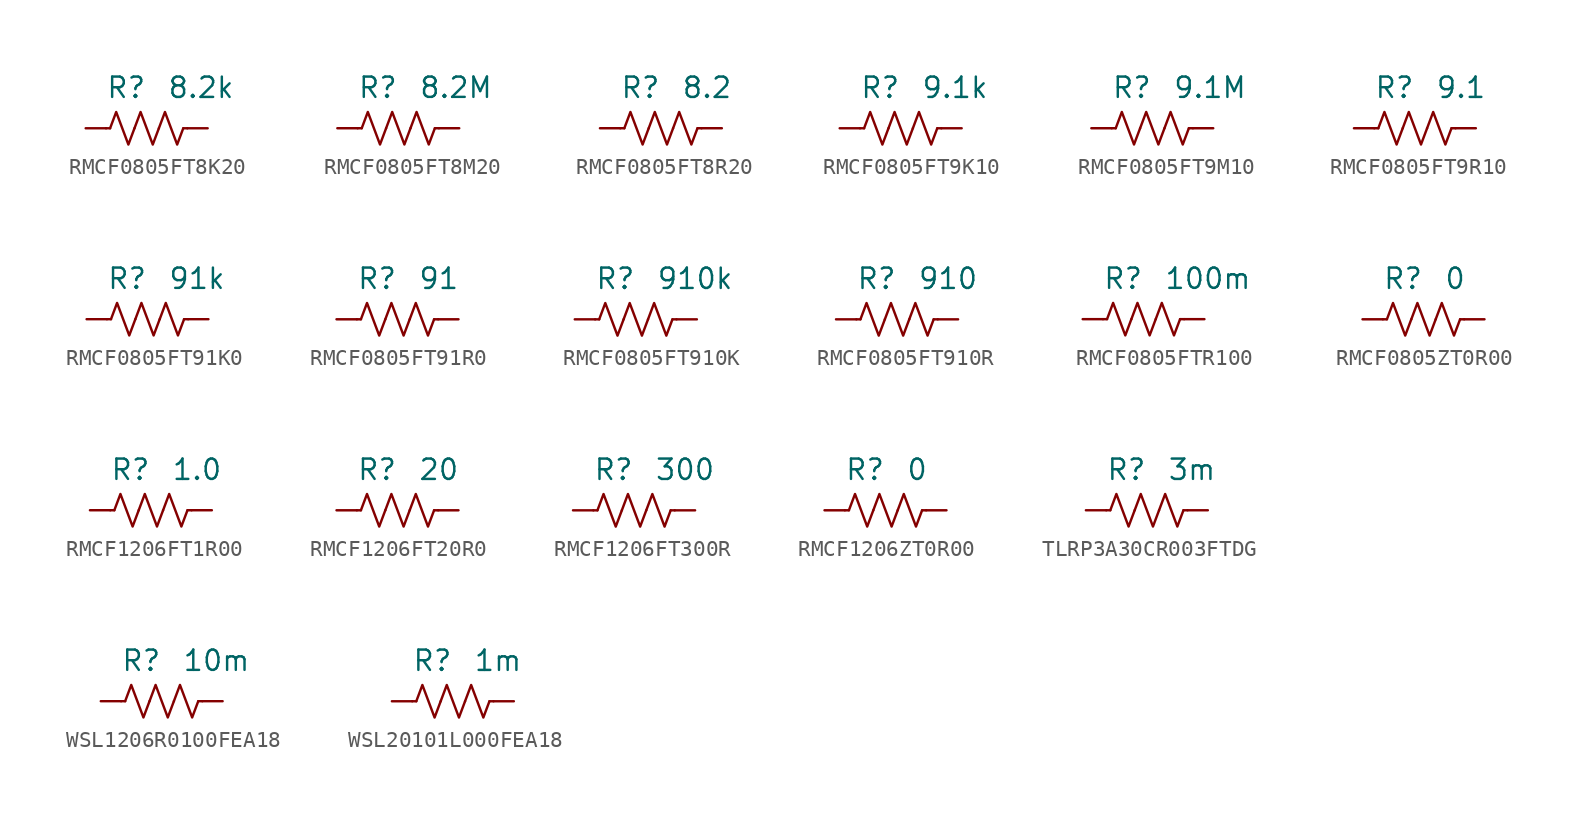
<source format=kicad_sym>
(kicad_symbol_lib
  (version 20241209)
  (generator "kicad_symbol_editor")
  (generator_version "9.0")
  (symbol "RMCF0805FT8K20"
    (pin_numbers
      (hide yes))
    (property "Reference" "R"
      (at 0 2.54 0)
      (effects (font (size 1.27 1.27)) (justify right)))
    (property "Value" "8.2k"
      (at 1.27 2.54 0)
      (effects (font (size 1.27 1.27)) (justify left)))
    (symbol "RMCF0805FT8K20_0_1"
      (polyline (pts (xy -2.286 0) (xy -2.54 0)) (stroke (width 0) (type default)) (fill (type none)))
      (polyline (pts (xy -2.286 0) (xy -1.905 1.016) (xy -1.524 0) (xy -1.143 -1.016) (xy -0.762 0)) (stroke (width 0) (type default)) (fill (type none)))
      (polyline (pts (xy -0.762 0) (xy -0.381 1.016) (xy 0 0) (xy 0.381 -1.016) (xy 0.762 0)) (stroke (width 0) (type default)) (fill (type none)))
      (polyline (pts (xy 0.762 0) (xy 1.143 1.016) (xy 1.524 0) (xy 1.905 -1.016) (xy 2.286 0)) (stroke (width 0) (type default)) (fill (type none)))
      (polyline (pts (xy 2.286 0) (xy 2.54 0)) (stroke (width 0) (type default)) (fill (type none))))
    (symbol "RMCF0805FT8K20_1_1"
      (pin passive line (at -3.81 0 0) (length 1.27) (name "~" (effects (font (size 1.27 1.27)))) (number "1" (effects (font (size 1.27 1.27)))))
      (pin passive line (at 3.81 0 180) (length 1.27) (name "~" (effects (font (size 1.27 1.27)))) (number "2" (effects (font (size 1.27 1.27)))))))
  (symbol "RMCF0805FT8M20"
    (pin_numbers
      (hide yes))
    (property "Reference" "R"
      (at 0 2.54 0)
      (effects (font (size 1.27 1.27)) (justify right)))
    (property "Value" "8.2M"
      (at 1.27 2.54 0)
      (effects (font (size 1.27 1.27)) (justify left)))
    (symbol "RMCF0805FT8M20_0_1"
      (polyline (pts (xy -2.286 0) (xy -2.54 0)) (stroke (width 0) (type default)) (fill (type none)))
      (polyline (pts (xy -2.286 0) (xy -1.905 1.016) (xy -1.524 0) (xy -1.143 -1.016) (xy -0.762 0)) (stroke (width 0) (type default)) (fill (type none)))
      (polyline (pts (xy -0.762 0) (xy -0.381 1.016) (xy 0 0) (xy 0.381 -1.016) (xy 0.762 0)) (stroke (width 0) (type default)) (fill (type none)))
      (polyline (pts (xy 0.762 0) (xy 1.143 1.016) (xy 1.524 0) (xy 1.905 -1.016) (xy 2.286 0)) (stroke (width 0) (type default)) (fill (type none)))
      (polyline (pts (xy 2.286 0) (xy 2.54 0)) (stroke (width 0) (type default)) (fill (type none))))
    (symbol "RMCF0805FT8M20_1_1"
      (pin passive line (at -3.81 0 0) (length 1.27) (name "~" (effects (font (size 1.27 1.27)))) (number "1" (effects (font (size 1.27 1.27)))))
      (pin passive line (at 3.81 0 180) (length 1.27) (name "~" (effects (font (size 1.27 1.27)))) (number "2" (effects (font (size 1.27 1.27)))))))
  (symbol "RMCF0805FT8R20"
    (pin_numbers
      (hide yes))
    (property "Reference" "R"
      (at 0 2.54 0)
      (effects (font (size 1.27 1.27)) (justify right)))
    (property "Value" "8.2"
      (at 1.27 2.54 0)
      (effects (font (size 1.27 1.27)) (justify left)))
    (symbol "RMCF0805FT8R20_0_1"
      (polyline (pts (xy -2.286 0) (xy -2.54 0)) (stroke (width 0) (type default)) (fill (type none)))
      (polyline (pts (xy -2.286 0) (xy -1.905 1.016) (xy -1.524 0) (xy -1.143 -1.016) (xy -0.762 0)) (stroke (width 0) (type default)) (fill (type none)))
      (polyline (pts (xy -0.762 0) (xy -0.381 1.016) (xy 0 0) (xy 0.381 -1.016) (xy 0.762 0)) (stroke (width 0) (type default)) (fill (type none)))
      (polyline (pts (xy 0.762 0) (xy 1.143 1.016) (xy 1.524 0) (xy 1.905 -1.016) (xy 2.286 0)) (stroke (width 0) (type default)) (fill (type none)))
      (polyline (pts (xy 2.286 0) (xy 2.54 0)) (stroke (width 0) (type default)) (fill (type none))))
    (symbol "RMCF0805FT8R20_1_1"
      (pin passive line (at -3.81 0 0) (length 1.27) (name "~" (effects (font (size 1.27 1.27)))) (number "1" (effects (font (size 1.27 1.27)))))
      (pin passive line (at 3.81 0 180) (length 1.27) (name "~" (effects (font (size 1.27 1.27)))) (number "2" (effects (font (size 1.27 1.27)))))))
  (symbol "RMCF0805FT9K10"
    (pin_numbers
      (hide yes))
    (property "Reference" "R"
      (at 0 2.54 0)
      (effects (font (size 1.27 1.27)) (justify right)))
    (property "Value" "9.1k"
      (at 1.27 2.54 0)
      (effects (font (size 1.27 1.27)) (justify left)))
    (symbol "RMCF0805FT9K10_0_1"
      (polyline (pts (xy -2.286 0) (xy -2.54 0)) (stroke (width 0) (type default)) (fill (type none)))
      (polyline (pts (xy -2.286 0) (xy -1.905 1.016) (xy -1.524 0) (xy -1.143 -1.016) (xy -0.762 0)) (stroke (width 0) (type default)) (fill (type none)))
      (polyline (pts (xy -0.762 0) (xy -0.381 1.016) (xy 0 0) (xy 0.381 -1.016) (xy 0.762 0)) (stroke (width 0) (type default)) (fill (type none)))
      (polyline (pts (xy 0.762 0) (xy 1.143 1.016) (xy 1.524 0) (xy 1.905 -1.016) (xy 2.286 0)) (stroke (width 0) (type default)) (fill (type none)))
      (polyline (pts (xy 2.286 0) (xy 2.54 0)) (stroke (width 0) (type default)) (fill (type none))))
    (symbol "RMCF0805FT9K10_1_1"
      (pin passive line (at -3.81 0 0) (length 1.27) (name "~" (effects (font (size 1.27 1.27)))) (number "1" (effects (font (size 1.27 1.27)))))
      (pin passive line (at 3.81 0 180) (length 1.27) (name "~" (effects (font (size 1.27 1.27)))) (number "2" (effects (font (size 1.27 1.27)))))))
  (symbol "RMCF0805FT9M10"
    (pin_numbers
      (hide yes))
    (property "Reference" "R"
      (at 0 2.54 0)
      (effects (font (size 1.27 1.27)) (justify right)))
    (property "Value" "9.1M"
      (at 1.27 2.54 0)
      (effects (font (size 1.27 1.27)) (justify left)))
    (symbol "RMCF0805FT9M10_0_1"
      (polyline (pts (xy -2.286 0) (xy -2.54 0)) (stroke (width 0) (type default)) (fill (type none)))
      (polyline (pts (xy -2.286 0) (xy -1.905 1.016) (xy -1.524 0) (xy -1.143 -1.016) (xy -0.762 0)) (stroke (width 0) (type default)) (fill (type none)))
      (polyline (pts (xy -0.762 0) (xy -0.381 1.016) (xy 0 0) (xy 0.381 -1.016) (xy 0.762 0)) (stroke (width 0) (type default)) (fill (type none)))
      (polyline (pts (xy 0.762 0) (xy 1.143 1.016) (xy 1.524 0) (xy 1.905 -1.016) (xy 2.286 0)) (stroke (width 0) (type default)) (fill (type none)))
      (polyline (pts (xy 2.286 0) (xy 2.54 0)) (stroke (width 0) (type default)) (fill (type none))))
    (symbol "RMCF0805FT9M10_1_1"
      (pin passive line (at -3.81 0 0) (length 1.27) (name "~" (effects (font (size 1.27 1.27)))) (number "1" (effects (font (size 1.27 1.27)))))
      (pin passive line (at 3.81 0 180) (length 1.27) (name "~" (effects (font (size 1.27 1.27)))) (number "2" (effects (font (size 1.27 1.27)))))))
  (symbol "RMCF0805FT9R10"
    (pin_numbers
      (hide yes))
    (property "Reference" "R"
      (at 0 2.54 0)
      (effects (font (size 1.27 1.27)) (justify right)))
    (property "Value" "9.1"
      (at 1.27 2.54 0)
      (effects (font (size 1.27 1.27)) (justify left)))
    (symbol "RMCF0805FT9R10_0_1"
      (polyline (pts (xy -2.286 0) (xy -2.54 0)) (stroke (width 0) (type default)) (fill (type none)))
      (polyline (pts (xy -2.286 0) (xy -1.905 1.016) (xy -1.524 0) (xy -1.143 -1.016) (xy -0.762 0)) (stroke (width 0) (type default)) (fill (type none)))
      (polyline (pts (xy -0.762 0) (xy -0.381 1.016) (xy 0 0) (xy 0.381 -1.016) (xy 0.762 0)) (stroke (width 0) (type default)) (fill (type none)))
      (polyline (pts (xy 0.762 0) (xy 1.143 1.016) (xy 1.524 0) (xy 1.905 -1.016) (xy 2.286 0)) (stroke (width 0) (type default)) (fill (type none)))
      (polyline (pts (xy 2.286 0) (xy 2.54 0)) (stroke (width 0) (type default)) (fill (type none))))
    (symbol "RMCF0805FT9R10_1_1"
      (pin passive line (at -3.81 0 0) (length 1.27) (name "~" (effects (font (size 1.27 1.27)))) (number "1" (effects (font (size 1.27 1.27)))))
      (pin passive line (at 3.81 0 180) (length 1.27) (name "~" (effects (font (size 1.27 1.27)))) (number "2" (effects (font (size 1.27 1.27)))))))
  (symbol "RMCF0805FT91K0"
    (pin_numbers
      (hide yes))
    (property "Reference" "R"
      (at 0 2.54 0)
      (effects (font (size 1.27 1.27)) (justify right)))
    (property "Value" "91k"
      (at 1.27 2.54 0)
      (effects (font (size 1.27 1.27)) (justify left)))
    (symbol "RMCF0805FT91K0_0_1"
      (polyline (pts (xy -2.286 0) (xy -2.54 0)) (stroke (width 0) (type default)) (fill (type none)))
      (polyline (pts (xy -2.286 0) (xy -1.905 1.016) (xy -1.524 0) (xy -1.143 -1.016) (xy -0.762 0)) (stroke (width 0) (type default)) (fill (type none)))
      (polyline (pts (xy -0.762 0) (xy -0.381 1.016) (xy 0 0) (xy 0.381 -1.016) (xy 0.762 0)) (stroke (width 0) (type default)) (fill (type none)))
      (polyline (pts (xy 0.762 0) (xy 1.143 1.016) (xy 1.524 0) (xy 1.905 -1.016) (xy 2.286 0)) (stroke (width 0) (type default)) (fill (type none)))
      (polyline (pts (xy 2.286 0) (xy 2.54 0)) (stroke (width 0) (type default)) (fill (type none))))
    (symbol "RMCF0805FT91K0_1_1"
      (pin passive line (at -3.81 0 0) (length 1.27) (name "~" (effects (font (size 1.27 1.27)))) (number "1" (effects (font (size 1.27 1.27)))))
      (pin passive line (at 3.81 0 180) (length 1.27) (name "~" (effects (font (size 1.27 1.27)))) (number "2" (effects (font (size 1.27 1.27)))))))
  (symbol "RMCF0805FT91R0"
    (pin_numbers
      (hide yes))
    (property "Reference" "R"
      (at 0 2.54 0)
      (effects (font (size 1.27 1.27)) (justify right)))
    (property "Value" "91"
      (at 1.27 2.54 0)
      (effects (font (size 1.27 1.27)) (justify left)))
    (symbol "RMCF0805FT91R0_0_1"
      (polyline (pts (xy -2.286 0) (xy -2.54 0)) (stroke (width 0) (type default)) (fill (type none)))
      (polyline (pts (xy -2.286 0) (xy -1.905 1.016) (xy -1.524 0) (xy -1.143 -1.016) (xy -0.762 0)) (stroke (width 0) (type default)) (fill (type none)))
      (polyline (pts (xy -0.762 0) (xy -0.381 1.016) (xy 0 0) (xy 0.381 -1.016) (xy 0.762 0)) (stroke (width 0) (type default)) (fill (type none)))
      (polyline (pts (xy 0.762 0) (xy 1.143 1.016) (xy 1.524 0) (xy 1.905 -1.016) (xy 2.286 0)) (stroke (width 0) (type default)) (fill (type none)))
      (polyline (pts (xy 2.286 0) (xy 2.54 0)) (stroke (width 0) (type default)) (fill (type none))))
    (symbol "RMCF0805FT91R0_1_1"
      (pin passive line (at -3.81 0 0) (length 1.27) (name "~" (effects (font (size 1.27 1.27)))) (number "1" (effects (font (size 1.27 1.27)))))
      (pin passive line (at 3.81 0 180) (length 1.27) (name "~" (effects (font (size 1.27 1.27)))) (number "2" (effects (font (size 1.27 1.27)))))))
  (symbol "RMCF0805FT910K"
    (pin_numbers
      (hide yes))
    (property "Reference" "R"
      (at 0 2.54 0)
      (effects (font (size 1.27 1.27)) (justify right)))
    (property "Value" "910k"
      (at 1.27 2.54 0)
      (effects (font (size 1.27 1.27)) (justify left)))
    (symbol "RMCF0805FT910K_0_1"
      (polyline (pts (xy -2.286 0) (xy -2.54 0)) (stroke (width 0) (type default)) (fill (type none)))
      (polyline (pts (xy -2.286 0) (xy -1.905 1.016) (xy -1.524 0) (xy -1.143 -1.016) (xy -0.762 0)) (stroke (width 0) (type default)) (fill (type none)))
      (polyline (pts (xy -0.762 0) (xy -0.381 1.016) (xy 0 0) (xy 0.381 -1.016) (xy 0.762 0)) (stroke (width 0) (type default)) (fill (type none)))
      (polyline (pts (xy 0.762 0) (xy 1.143 1.016) (xy 1.524 0) (xy 1.905 -1.016) (xy 2.286 0)) (stroke (width 0) (type default)) (fill (type none)))
      (polyline (pts (xy 2.286 0) (xy 2.54 0)) (stroke (width 0) (type default)) (fill (type none))))
    (symbol "RMCF0805FT910K_1_1"
      (pin passive line (at -3.81 0 0) (length 1.27) (name "~" (effects (font (size 1.27 1.27)))) (number "1" (effects (font (size 1.27 1.27)))))
      (pin passive line (at 3.81 0 180) (length 1.27) (name "~" (effects (font (size 1.27 1.27)))) (number "2" (effects (font (size 1.27 1.27)))))))
  (symbol "RMCF0805FT910R"
    (pin_numbers
      (hide yes))
    (property "Reference" "R"
      (at 0 2.54 0)
      (effects (font (size 1.27 1.27)) (justify right)))
    (property "Value" "910"
      (at 1.27 2.54 0)
      (effects (font (size 1.27 1.27)) (justify left)))
    (symbol "RMCF0805FT910R_0_1"
      (polyline (pts (xy -2.286 0) (xy -2.54 0)) (stroke (width 0) (type default)) (fill (type none)))
      (polyline (pts (xy -2.286 0) (xy -1.905 1.016) (xy -1.524 0) (xy -1.143 -1.016) (xy -0.762 0)) (stroke (width 0) (type default)) (fill (type none)))
      (polyline (pts (xy -0.762 0) (xy -0.381 1.016) (xy 0 0) (xy 0.381 -1.016) (xy 0.762 0)) (stroke (width 0) (type default)) (fill (type none)))
      (polyline (pts (xy 0.762 0) (xy 1.143 1.016) (xy 1.524 0) (xy 1.905 -1.016) (xy 2.286 0)) (stroke (width 0) (type default)) (fill (type none)))
      (polyline (pts (xy 2.286 0) (xy 2.54 0)) (stroke (width 0) (type default)) (fill (type none))))
    (symbol "RMCF0805FT910R_1_1"
      (pin passive line (at -3.81 0 0) (length 1.27) (name "~" (effects (font (size 1.27 1.27)))) (number "1" (effects (font (size 1.27 1.27)))))
      (pin passive line (at 3.81 0 180) (length 1.27) (name "~" (effects (font (size 1.27 1.27)))) (number "2" (effects (font (size 1.27 1.27)))))))
  (symbol "RMCF0805FTR100"
    (pin_numbers
      (hide yes))
    (property "Reference" "R"
      (at 0 2.54 0)
      (effects (font (size 1.27 1.27)) (justify right)))
    (property "Value" "100m"
      (at 1.27 2.54 0)
      (effects (font (size 1.27 1.27)) (justify left)))
    (symbol "RMCF0805FTR100_0_1"
      (polyline (pts (xy -2.286 0) (xy -2.54 0)) (stroke (width 0) (type default)) (fill (type none)))
      (polyline (pts (xy -2.286 0) (xy -1.905 1.016) (xy -1.524 0) (xy -1.143 -1.016) (xy -0.762 0)) (stroke (width 0) (type default)) (fill (type none)))
      (polyline (pts (xy -0.762 0) (xy -0.381 1.016) (xy 0 0) (xy 0.381 -1.016) (xy 0.762 0)) (stroke (width 0) (type default)) (fill (type none)))
      (polyline (pts (xy 0.762 0) (xy 1.143 1.016) (xy 1.524 0) (xy 1.905 -1.016) (xy 2.286 0)) (stroke (width 0) (type default)) (fill (type none)))
      (polyline (pts (xy 2.286 0) (xy 2.54 0)) (stroke (width 0) (type default)) (fill (type none))))
    (symbol "RMCF0805FTR100_1_1"
      (pin power_in line (at -3.81 0 0) (length 1.27) (name "~" (effects (font (size 1.27 1.27)))) (number "1" (effects (font (size 1.27 1.27)))))
      (pin power_out line (at 3.81 0 180) (length 1.27) (name "~" (effects (font (size 1.27 1.27)))) (number "2" (effects (font (size 1.27 1.27)))))))
  (symbol "RMCF0805ZT0R00"
    (pin_numbers
      (hide yes))
    (property "Reference" "R"
      (at 0 2.54 0)
      (effects (font (size 1.27 1.27)) (justify right)))
    (property "Value" "0"
      (at 1.27 2.54 0)
      (effects (font (size 1.27 1.27)) (justify left)))
    (symbol "RMCF0805ZT0R00_0_1"
      (polyline (pts (xy -2.286 0) (xy -2.54 0)) (stroke (width 0) (type default)) (fill (type none)))
      (polyline (pts (xy -2.286 0) (xy -1.905 1.016) (xy -1.524 0) (xy -1.143 -1.016) (xy -0.762 0)) (stroke (width 0) (type default)) (fill (type none)))
      (polyline (pts (xy -0.762 0) (xy -0.381 1.016) (xy 0 0) (xy 0.381 -1.016) (xy 0.762 0)) (stroke (width 0) (type default)) (fill (type none)))
      (polyline (pts (xy 0.762 0) (xy 1.143 1.016) (xy 1.524 0) (xy 1.905 -1.016) (xy 2.286 0)) (stroke (width 0) (type default)) (fill (type none)))
      (polyline (pts (xy 2.286 0) (xy 2.54 0)) (stroke (width 0) (type default)) (fill (type none))))
    (symbol "RMCF0805ZT0R00_1_1"
      (pin passive line (at -3.81 0 0) (length 1.27) (name "~" (effects (font (size 1.27 1.27)))) (number "1" (effects (font (size 1.27 1.27)))))
      (pin passive line (at 3.81 0 180) (length 1.27) (name "~" (effects (font (size 1.27 1.27)))) (number "2" (effects (font (size 1.27 1.27)))))))
  (symbol "RMCF1206FT1R00"
    (pin_numbers
      (hide yes))
    (property "Reference" "R"
      (at 0 2.54 0)
      (effects (font (size 1.27 1.27)) (justify right)))
    (property "Value" "1.0"
      (at 1.27 2.54 0)
      (effects (font (size 1.27 1.27)) (justify left)))
    (symbol "RMCF1206FT1R00_0_1"
      (polyline (pts (xy -2.286 0) (xy -2.54 0)) (stroke (width 0) (type default)) (fill (type none)))
      (polyline (pts (xy -2.286 0) (xy -1.905 1.016) (xy -1.524 0) (xy -1.143 -1.016) (xy -0.762 0)) (stroke (width 0) (type default)) (fill (type none)))
      (polyline (pts (xy -0.762 0) (xy -0.381 1.016) (xy 0 0) (xy 0.381 -1.016) (xy 0.762 0)) (stroke (width 0) (type default)) (fill (type none)))
      (polyline (pts (xy 0.762 0) (xy 1.143 1.016) (xy 1.524 0) (xy 1.905 -1.016) (xy 2.286 0)) (stroke (width 0) (type default)) (fill (type none)))
      (polyline (pts (xy 2.286 0) (xy 2.54 0)) (stroke (width 0) (type default)) (fill (type none))))
    (symbol "RMCF1206FT1R00_1_1"
      (pin passive line (at -3.81 0 0) (length 1.27) (name "~" (effects (font (size 1.27 1.27)))) (number "1" (effects (font (size 1.27 1.27)))))
      (pin passive line (at 3.81 0 180) (length 1.27) (name "~" (effects (font (size 1.27 1.27)))) (number "2" (effects (font (size 1.27 1.27)))))))
  (symbol "RMCF1206FT20R0"
    (pin_numbers
      (hide yes))
    (property "Reference" "R"
      (at 0 2.54 0)
      (effects (font (size 1.27 1.27)) (justify right)))
    (property "Value" "20"
      (at 1.27 2.54 0)
      (effects (font (size 1.27 1.27)) (justify left)))
    (symbol "RMCF1206FT20R0_0_1"
      (polyline (pts (xy -2.286 0) (xy -2.54 0)) (stroke (width 0) (type default)) (fill (type none)))
      (polyline (pts (xy -2.286 0) (xy -1.905 1.016) (xy -1.524 0) (xy -1.143 -1.016) (xy -0.762 0)) (stroke (width 0) (type default)) (fill (type none)))
      (polyline (pts (xy -0.762 0) (xy -0.381 1.016) (xy 0 0) (xy 0.381 -1.016) (xy 0.762 0)) (stroke (width 0) (type default)) (fill (type none)))
      (polyline (pts (xy 0.762 0) (xy 1.143 1.016) (xy 1.524 0) (xy 1.905 -1.016) (xy 2.286 0)) (stroke (width 0) (type default)) (fill (type none)))
      (polyline (pts (xy 2.286 0) (xy 2.54 0)) (stroke (width 0) (type default)) (fill (type none))))
    (symbol "RMCF1206FT20R0_1_1"
      (pin passive line (at -3.81 0 0) (length 1.27) (name "~" (effects (font (size 1.27 1.27)))) (number "1" (effects (font (size 1.27 1.27)))))
      (pin passive line (at 3.81 0 180) (length 1.27) (name "~" (effects (font (size 1.27 1.27)))) (number "2" (effects (font (size 1.27 1.27)))))))
  (symbol "RMCF1206FT300R"
    (pin_numbers
      (hide yes))
    (property "Reference" "R"
      (at 0 2.54 0)
      (effects (font (size 1.27 1.27)) (justify right)))
    (property "Value" "300"
      (at 1.27 2.54 0)
      (effects (font (size 1.27 1.27)) (justify left)))
    (symbol "RMCF1206FT300R_0_1"
      (polyline (pts (xy -2.286 0) (xy -2.54 0)) (stroke (width 0) (type default)) (fill (type none)))
      (polyline (pts (xy -2.286 0) (xy -1.905 1.016) (xy -1.524 0) (xy -1.143 -1.016) (xy -0.762 0)) (stroke (width 0) (type default)) (fill (type none)))
      (polyline (pts (xy -0.762 0) (xy -0.381 1.016) (xy 0 0) (xy 0.381 -1.016) (xy 0.762 0)) (stroke (width 0) (type default)) (fill (type none)))
      (polyline (pts (xy 0.762 0) (xy 1.143 1.016) (xy 1.524 0) (xy 1.905 -1.016) (xy 2.286 0)) (stroke (width 0) (type default)) (fill (type none)))
      (polyline (pts (xy 2.286 0) (xy 2.54 0)) (stroke (width 0) (type default)) (fill (type none))))
    (symbol "RMCF1206FT300R_1_1"
      (pin passive line (at -3.81 0 0) (length 1.27) (name "~" (effects (font (size 1.27 1.27)))) (number "1" (effects (font (size 1.27 1.27)))))
      (pin passive line (at 3.81 0 180) (length 1.27) (name "~" (effects (font (size 1.27 1.27)))) (number "2" (effects (font (size 1.27 1.27)))))))
  (symbol "RMCF1206ZT0R00"
    (pin_numbers
      (hide yes))
    (property "Reference" "R"
      (at 0 2.54 0)
      (effects (font (size 1.27 1.27)) (justify right)))
    (property "Value" "0"
      (at 1.27 2.54 0)
      (effects (font (size 1.27 1.27)) (justify left)))
    (symbol "RMCF1206ZT0R00_0_1"
      (polyline (pts (xy -2.286 0) (xy -2.54 0)) (stroke (width 0) (type default)) (fill (type none)))
      (polyline (pts (xy -2.286 0) (xy -1.905 1.016) (xy -1.524 0) (xy -1.143 -1.016) (xy -0.762 0)) (stroke (width 0) (type default)) (fill (type none)))
      (polyline (pts (xy -0.762 0) (xy -0.381 1.016) (xy 0 0) (xy 0.381 -1.016) (xy 0.762 0)) (stroke (width 0) (type default)) (fill (type none)))
      (polyline (pts (xy 0.762 0) (xy 1.143 1.016) (xy 1.524 0) (xy 1.905 -1.016) (xy 2.286 0)) (stroke (width 0) (type default)) (fill (type none)))
      (polyline (pts (xy 2.286 0) (xy 2.54 0)) (stroke (width 0) (type default)) (fill (type none))))
    (symbol "RMCF1206ZT0R00_1_1"
      (pin passive line (at -3.81 0 0) (length 1.27) (name "~" (effects (font (size 1.27 1.27)))) (number "1" (effects (font (size 1.27 1.27)))))
      (pin passive line (at 3.81 0 180) (length 1.27) (name "~" (effects (font (size 1.27 1.27)))) (number "2" (effects (font (size 1.27 1.27)))))))
  (symbol "TLRP3A30CR003FTDG"
    (pin_numbers
      (hide yes))
    (property "Reference" "R"
      (at 0 2.54 0)
      (effects (font (size 1.27 1.27)) (justify right)))
    (property "Value" "3m"
      (at 1.27 2.54 0)
      (effects (font (size 1.27 1.27)) (justify left)))
    (symbol "TLRP3A30CR003FTDG_0_1"
      (polyline (pts (xy -2.286 0) (xy -2.54 0)) (stroke (width 0) (type default)) (fill (type none)))
      (polyline (pts (xy -2.286 0) (xy -1.905 1.016) (xy -1.524 0) (xy -1.143 -1.016) (xy -0.762 0)) (stroke (width 0) (type default)) (fill (type none)))
      (polyline (pts (xy -0.762 0) (xy -0.381 1.016) (xy 0 0) (xy 0.381 -1.016) (xy 0.762 0)) (stroke (width 0) (type default)) (fill (type none)))
      (polyline (pts (xy 0.762 0) (xy 1.143 1.016) (xy 1.524 0) (xy 1.905 -1.016) (xy 2.286 0)) (stroke (width 0) (type default)) (fill (type none)))
      (polyline (pts (xy 2.286 0) (xy 2.54 0)) (stroke (width 0) (type default)) (fill (type none))))
    (symbol "TLRP3A30CR003FTDG_1_1"
      (pin power_in line (at -3.81 0 0) (length 1.27) (name "~" (effects (font (size 1.27 1.27)))) (number "1" (effects (font (size 1.27 1.27)))))
      (pin power_out line (at 3.81 0 180) (length 1.27) (name "~" (effects (font (size 1.27 1.27)))) (number "2" (effects (font (size 1.27 1.27)))))))
  (symbol "WSL1206R0100FEA18"
    (pin_numbers
      (hide yes))
    (property "Reference" "R"
      (at 0 2.54 0)
      (effects (font (size 1.27 1.27)) (justify right)))
    (property "Value" "10m"
      (at 1.27 2.54 0)
      (effects (font (size 1.27 1.27)) (justify left)))
    (symbol "WSL1206R0100FEA18_0_1"
      (polyline (pts (xy -2.286 0) (xy -2.54 0)) (stroke (width 0) (type default)) (fill (type none)))
      (polyline (pts (xy -2.286 0) (xy -1.905 1.016) (xy -1.524 0) (xy -1.143 -1.016) (xy -0.762 0)) (stroke (width 0) (type default)) (fill (type none)))
      (polyline (pts (xy -0.762 0) (xy -0.381 1.016) (xy 0 0) (xy 0.381 -1.016) (xy 0.762 0)) (stroke (width 0) (type default)) (fill (type none)))
      (polyline (pts (xy 0.762 0) (xy 1.143 1.016) (xy 1.524 0) (xy 1.905 -1.016) (xy 2.286 0)) (stroke (width 0) (type default)) (fill (type none)))
      (polyline (pts (xy 2.286 0) (xy 2.54 0)) (stroke (width 0) (type default)) (fill (type none))))
    (symbol "WSL1206R0100FEA18_1_1"
      (pin power_in line (at -3.81 0 0) (length 1.27) (name "~" (effects (font (size 1.27 1.27)))) (number "1" (effects (font (size 1.27 1.27)))))
      (pin power_out line (at 3.81 0 180) (length 1.27) (name "~" (effects (font (size 1.27 1.27)))) (number "2" (effects (font (size 1.27 1.27)))))))
  (symbol "WSL20101L000FEA18"
    (pin_numbers
      (hide yes))
    (property "Reference" "R"
      (at 0 2.54 0)
      (effects (font (size 1.27 1.27)) (justify right)))
    (property "Value" "1m"
      (at 1.27 2.54 0)
      (effects (font (size 1.27 1.27)) (justify left)))
    (symbol "WSL20101L000FEA18_0_1"
      (polyline (pts (xy -2.286 0) (xy -2.54 0)) (stroke (width 0) (type default)) (fill (type none)))
      (polyline (pts (xy -2.286 0) (xy -1.905 1.016) (xy -1.524 0) (xy -1.143 -1.016) (xy -0.762 0)) (stroke (width 0) (type default)) (fill (type none)))
      (polyline (pts (xy -0.762 0) (xy -0.381 1.016) (xy 0 0) (xy 0.381 -1.016) (xy 0.762 0)) (stroke (width 0) (type default)) (fill (type none)))
      (polyline (pts (xy 0.762 0) (xy 1.143 1.016) (xy 1.524 0) (xy 1.905 -1.016) (xy 2.286 0)) (stroke (width 0) (type default)) (fill (type none)))
      (polyline (pts (xy 2.286 0) (xy 2.54 0)) (stroke (width 0) (type default)) (fill (type none))))
    (symbol "WSL20101L000FEA18_1_1"
      (pin power_in line (at -3.81 0 0) (length 1.27) (name "~" (effects (font (size 1.27 1.27)))) (number "1" (effects (font (size 1.27 1.27)))))
      (pin power_out line (at 3.81 0 180) (length 1.27) (name "~" (effects (font (size 1.27 1.27)))) (number "2" (effects (font (size 1.27 1.27))))))))
</source>
